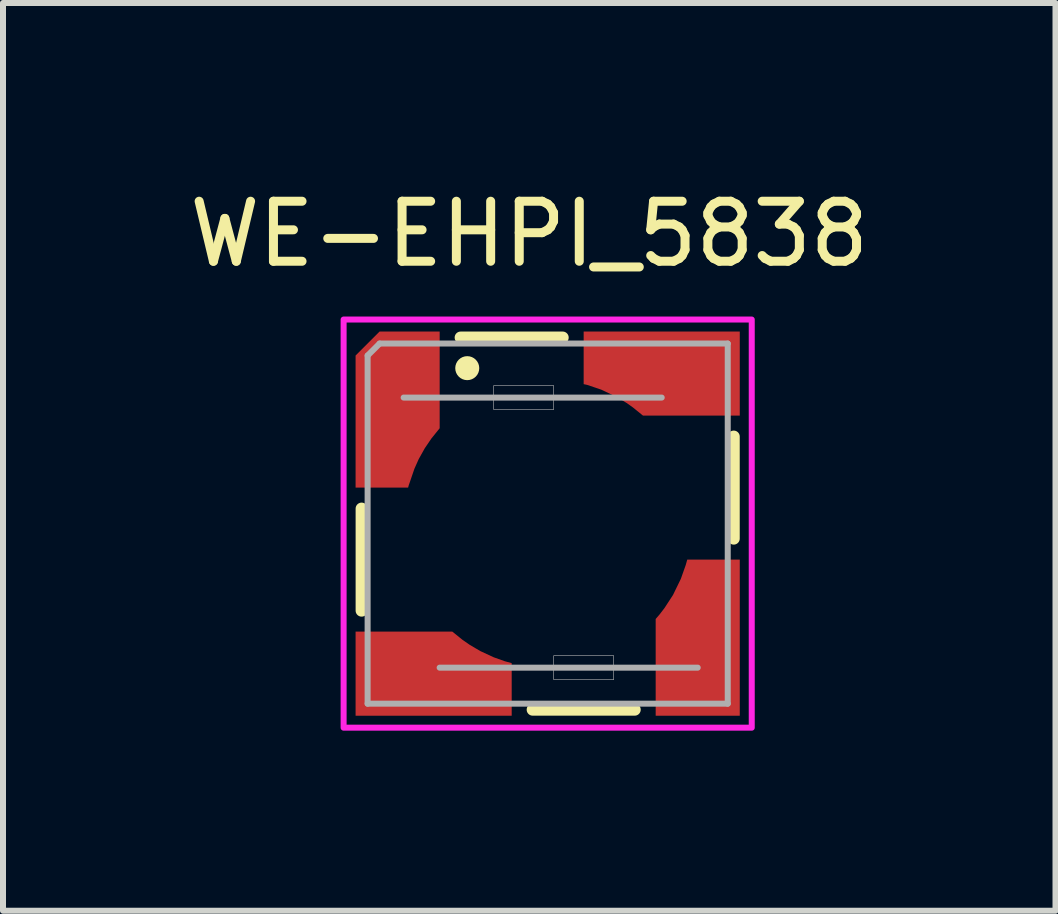
<source format=kicad_pcb>
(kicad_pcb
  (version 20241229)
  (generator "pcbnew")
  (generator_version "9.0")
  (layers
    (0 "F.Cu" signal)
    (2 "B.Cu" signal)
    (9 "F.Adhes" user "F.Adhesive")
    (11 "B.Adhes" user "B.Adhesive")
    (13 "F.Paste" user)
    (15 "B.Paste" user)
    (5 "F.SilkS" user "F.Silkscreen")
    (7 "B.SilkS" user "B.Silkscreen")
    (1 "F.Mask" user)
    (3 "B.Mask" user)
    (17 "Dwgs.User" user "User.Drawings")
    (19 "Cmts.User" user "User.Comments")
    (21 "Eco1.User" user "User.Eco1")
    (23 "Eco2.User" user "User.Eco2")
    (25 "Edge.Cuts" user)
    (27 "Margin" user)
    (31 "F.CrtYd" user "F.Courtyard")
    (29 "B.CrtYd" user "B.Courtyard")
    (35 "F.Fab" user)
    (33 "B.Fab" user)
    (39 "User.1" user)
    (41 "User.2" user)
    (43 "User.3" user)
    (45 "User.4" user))
  (footprint "WE-EHPI_5838"
    (layer "F.Cu")
    (at 6.075 5.674)
    (property "Reference" "WE-EHPI_5838" (at -0.307 -4.826 0) (layer "F.SilkS") (effects (font (size 1 1) (thickness 0.15))))
    (attr smd)
    (fp_poly (pts (xy -3.3 1.7) (xy -1.55 1.7) (xy -1.507 1.738) (xy -1.44 1.795) (xy -1.256 1.929) (xy -1.115 2.015) (xy -0.981 2.081) (xy -0.877 2.128) (xy -0.705 2.191) (xy -0.63 2.214) (xy -0.5 2.246) (xy -0.5 3.3) (xy -3.3 3.3)) (stroke (width 0.001) (type solid)) (fill yes) (layer "F.Mask"))
    (fp_poly (pts (xy -2.9 -3.3) (xy -1.7 -3.3) (xy -1.7 -1.55) (xy -1.812 -1.418) (xy -1.95 -1.223) (xy -2.021 -1.105) (xy -2.092 -0.961) (xy -2.182 -0.734) (xy -2.215 -0.627) (xy -2.24 -0.53) (xy -2.246 -0.5) (xy -3.3 -0.5) (xy -3.3 -2.9)) (stroke (width 0.001) (type solid)) (fill yes) (layer "F.Mask"))
    (fp_poly (pts (xy 1.7 3.3) (xy 1.7 1.55) (xy 1.71 1.54) (xy 1.805 1.427) (xy 1.889 1.314) (xy 1.969 1.186) (xy 2.041 1.065) (xy 2.121 0.894) (xy 2.177 0.746) (xy 2.209 0.648) (xy 2.246 0.5) (xy 3.3 0.5) (xy 3.3 3.3)) (stroke (width 0.001) (type solid)) (fill yes) (layer "F.Mask"))
    (fp_poly (pts (xy 3.3 -1.7) (xy 1.55 -1.7) (xy 1.505 -1.742) (xy 1.39 -1.836) (xy 1.337 -1.875) (xy 1.238 -1.94) (xy 1.107 -2.019) (xy 1.022 -2.063) (xy 0.773 -2.167) (xy 0.663 -2.205) (xy 0.5 -2.245) (xy 0.5 -3.3) (xy 3.3 -3.3)) (stroke (width 0.001) (type solid)) (fill yes) (layer "F.Mask"))
    (fp_line (start -3.1 -0.25) (end -3.1 1.45) (stroke (width 0.2) (type solid)) (layer "F.SilkS"))
    (fp_line (start -1.45 -3.1) (end 0.25 -3.1) (stroke (width 0.2) (type solid)) (layer "F.SilkS"))
    (fp_line (start -0.25 3.1) (end 1.45 3.1) (stroke (width 0.2) (type solid)) (layer "F.SilkS"))
    (fp_line (start 3.1 -1.45) (end 3.1 0.25) (stroke (width 0.2) (type solid)) (layer "F.SilkS"))
    (fp_circle (center -1.34 -2.59) (end -1.24 -2.59) (stroke (width 0.2) (type solid)) (fill no) (layer "F.SilkS"))
    (fp_poly (pts (xy -3.2 1.8) (xy -1.589 1.8) (xy -1.418 1.938) (xy -1.301 2.019) (xy -1.123 2.124) (xy -0.899 2.228) (xy -0.713 2.294) (xy -0.6 2.325) (xy -0.6 3.2) (xy -3.2 3.2)) (stroke (width 0.001) (type solid)) (fill yes) (layer "F.Paste"))
    (fp_poly (pts (xy 1.8 3.2) (xy 1.8 1.589) (xy 1.867 1.511) (xy 1.946 1.408) (xy 2.088 1.19) (xy 2.219 0.921) (xy 2.301 0.689) (xy 2.326 0.6) (xy 3.2 0.6) (xy 3.2 3.2)) (stroke (width 0.001) (type solid)) (fill yes) (layer "F.Paste"))
    (fp_poly (pts (xy 3.2 -1.8) (xy 1.588 -1.8) (xy 1.419 -1.937) (xy 1.316 -2.01) (xy 1.152 -2.109) (xy 0.894 -2.232) (xy 0.657 -2.312) (xy 0.6 -2.324) (xy 0.6 -3.2) (xy 3.2 -3.2)) (stroke (width 0.001) (type solid)) (fill yes) (layer "F.Paste"))
    (fp_poly (pts (xy -2.8 -3.2) (xy -1.8 -3.2) (xy -1.8 -1.589) (xy -1.938 -1.418) (xy -2.048 -1.256) (xy -2.149 -1.075) (xy -2.221 -0.914) (xy -2.318 -0.63) (xy -2.326 -0.6) (xy -3.2 -0.6) (xy -3.2 -2.8)) (stroke (width 0.001) (type solid)) (fill yes) (layer "F.Paste"))
    (fp_poly (pts (xy -3.4 -3.4) (xy 3.4 -3.4) (xy 3.4 3.4) (xy -3.4 3.4)) (stroke (width 0.1) (type solid)) (fill no) (layer "F.CrtYd"))
    (fp_line (start -3 -2.8) (end -3 3) (stroke (width 0.1) (type solid)) (layer "F.Fab"))
    (fp_line (start -3 3) (end 3 3) (stroke (width 0.1) (type solid)) (layer "F.Fab"))
    (fp_line (start -2.8 -3) (end -3 -2.8) (stroke (width 0.1) (type solid)) (layer "F.Fab"))
    (fp_line (start -2.4 -2.1) (end 1.9 -2.1) (stroke (width 0.1) (type solid)) (layer "F.Fab"))
    (fp_line (start -1.8 2.4) (end 2.5 2.4) (stroke (width 0.1) (type solid)) (layer "F.Fab"))
    (fp_line (start 3 -3) (end -2.8 -3) (stroke (width 0.1) (type solid)) (layer "F.Fab"))
    (fp_line (start 3 3) (end 3 -3) (stroke (width 0.1) (type solid)) (layer "F.Fab"))
    (fp_poly (pts (xy -0.9 -2.3) (xy 0.1 -2.3) (xy 0.1 -1.9) (xy -0.9 -1.9)) (stroke (width 0.01) (type solid)) (fill no) (layer "F.Fab"))
    (fp_poly (pts (xy 0.1 2.2) (xy 1.1 2.2) (xy 1.1 2.6) (xy 0.1 2.6)) (stroke (width 0.01) (type solid)) (fill no) (layer "F.Fab"))
    (pad "1" smd custom (at -2.5 -1.9) (size 1.3 0.6) (layers "F.Cu" "F.Mask") (options (anchor rect)) (primitives (gr_poly (pts (xy -0.3 -1.3) (xy 0.7 -1.3) (xy 0.7 0.311) (xy 0.562 0.482) (xy 0.452 0.644) (xy 0.351 0.825) (xy 0.279 0.986) (xy 0.182 1.27) (xy 0.174 1.3) (xy -0.7 1.3) (xy -0.7 -0.9)) (width 0.001) (fill yes))))
    (pad "2" smd custom (at 2 -2.5) (size 1.3 0.6) (layers "F.Cu") (options (anchor rect)) (primitives (gr_poly (pts (xy 1.2 0.7) (xy -0.412 0.7) (xy -0.581 0.563) (xy -0.684 0.49) (xy -0.848 0.391) (xy -1.106 0.268) (xy -1.343 0.188) (xy -1.4 0.176) (xy -1.4 -0.7) (xy 1.2 -0.7)) (width 0.001) (fill yes))))
    (pad "3" smd custom (at 2.5 2) (size 0.6 1.3) (layers "F.Cu") (options (anchor rect)) (primitives (gr_poly (pts (xy -0.7 1.2) (xy -0.7 -0.411) (xy -0.633 -0.489) (xy -0.554 -0.592) (xy -0.412 -0.81) (xy -0.281 -1.079) (xy -0.199 -1.311) (xy -0.174 -1.4) (xy 0.7 -1.4) (xy 0.7 1.2)) (width 0.001) (fill yes))))
    (pad "4" smd custom (at -2 2.5) (size 1.3 0.6) (layers "F.Cu") (options (anchor rect)) (primitives (gr_poly (pts (xy -1.2 -0.7) (xy 0.411 -0.7) (xy 0.582 -0.562) (xy 0.699 -0.481) (xy 0.877 -0.376) (xy 1.101 -0.272) (xy 1.287 -0.206) (xy 1.4 -0.175) (xy 1.4 0.7) (xy -1.2 0.7)) (width 0.001) (fill yes)))))
  (gr_rect
    (start -3 -3)
    (end 14.536 12.124)
    (stroke (width 0.1) (type default))
    (fill no)
    (layer "Edge.Cuts")))
</source>
